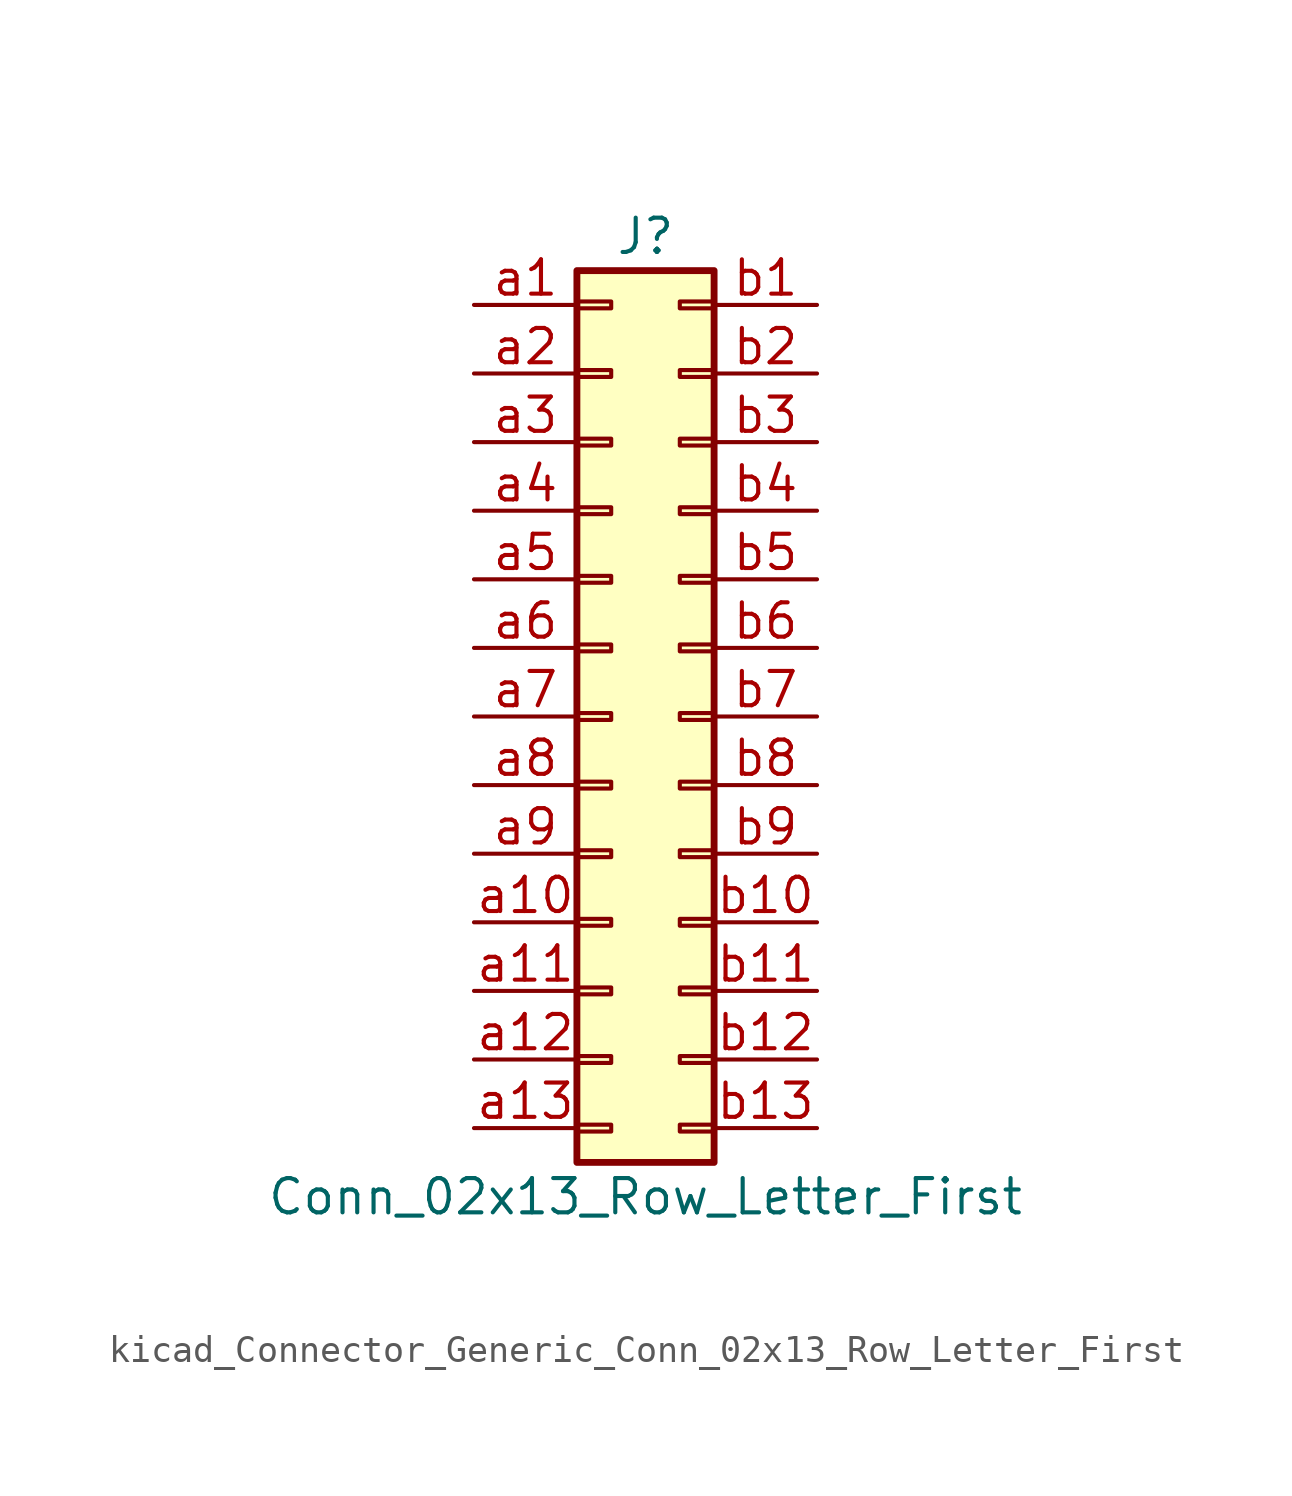
<source format=kicad_sym>
(kicad_symbol_lib
  (version 20220914)
  (generator kicad_symbol_editor)
  (symbol "kicad_Connector_Generic_Conn_02x13_Row_Letter_First"
    (pin_names
      (offset 1.016) hide)
    (property "Reference" "J"
      (at 1.27 17.78 0)
      (effects (font (size 1.27 1.27))))
    (property "Value" "Conn_02x13_Row_Letter_First"
      (at 1.27 -17.78 0)
      (effects (font (size 1.27 1.27))))
    (symbol "kicad_Connector_Generic_Conn_02x13_Row_Letter_First_1_1"
      (rectangle (start -1.27 -15.113) (end 0 -15.367) (stroke (width 0.152) (type default)) (fill (type none)))
      (rectangle (start -1.27 -12.573) (end 0 -12.827) (stroke (width 0.152) (type default)) (fill (type none)))
      (rectangle (start -1.27 -10.033) (end 0 -10.287) (stroke (width 0.152) (type default)) (fill (type none)))
      (rectangle (start -1.27 -7.493) (end 0 -7.747) (stroke (width 0.152) (type default)) (fill (type none)))
      (rectangle (start -1.27 -4.953) (end 0 -5.207) (stroke (width 0.152) (type default)) (fill (type none)))
      (rectangle (start -1.27 -2.413) (end 0 -2.667) (stroke (width 0.152) (type default)) (fill (type none)))
      (rectangle (start -1.27 0.127) (end 0 -0.127) (stroke (width 0.152) (type default)) (fill (type none)))
      (rectangle (start -1.27 2.667) (end 0 2.413) (stroke (width 0.152) (type default)) (fill (type none)))
      (rectangle (start -1.27 5.207) (end 0 4.953) (stroke (width 0.152) (type default)) (fill (type none)))
      (rectangle (start -1.27 7.747) (end 0 7.493) (stroke (width 0.152) (type default)) (fill (type none)))
      (rectangle (start -1.27 10.287) (end 0 10.033) (stroke (width 0.152) (type default)) (fill (type none)))
      (rectangle (start -1.27 12.827) (end 0 12.573) (stroke (width 0.152) (type default)) (fill (type none)))
      (rectangle (start -1.27 15.367) (end 0 15.113) (stroke (width 0.152) (type default)) (fill (type none)))
      (rectangle (start -1.27 16.51) (end 3.81 -16.51) (stroke (width 0.254) (type default)) (fill (type background)))
      (rectangle (start 3.81 -15.113) (end 2.54 -15.367) (stroke (width 0.152) (type default)) (fill (type none)))
      (rectangle (start 3.81 -12.573) (end 2.54 -12.827) (stroke (width 0.152) (type default)) (fill (type none)))
      (rectangle (start 3.81 -10.033) (end 2.54 -10.287) (stroke (width 0.152) (type default)) (fill (type none)))
      (rectangle (start 3.81 -7.493) (end 2.54 -7.747) (stroke (width 0.152) (type default)) (fill (type none)))
      (rectangle (start 3.81 -4.953) (end 2.54 -5.207) (stroke (width 0.152) (type default)) (fill (type none)))
      (rectangle (start 3.81 -2.413) (end 2.54 -2.667) (stroke (width 0.152) (type default)) (fill (type none)))
      (rectangle (start 3.81 0.127) (end 2.54 -0.127) (stroke (width 0.152) (type default)) (fill (type none)))
      (rectangle (start 3.81 2.667) (end 2.54 2.413) (stroke (width 0.152) (type default)) (fill (type none)))
      (rectangle (start 3.81 5.207) (end 2.54 4.953) (stroke (width 0.152) (type default)) (fill (type none)))
      (rectangle (start 3.81 7.747) (end 2.54 7.493) (stroke (width 0.152) (type default)) (fill (type none)))
      (rectangle (start 3.81 10.287) (end 2.54 10.033) (stroke (width 0.152) (type default)) (fill (type none)))
      (rectangle (start 3.81 12.827) (end 2.54 12.573) (stroke (width 0.152) (type default)) (fill (type none)))
      (rectangle (start 3.81 15.367) (end 2.54 15.113) (stroke (width 0.152) (type default)) (fill (type none)))
      (pin passive line (at -5.08 15.24 0) (length 3.81) (name "Pin_a1" (effects (font (size 1.27 1.27)))) (number "a1" (effects (font (size 1.27 1.27)))))
      (pin passive line (at -5.08 -7.62 0) (length 3.81) (name "Pin_a10" (effects (font (size 1.27 1.27)))) (number "a10" (effects (font (size 1.27 1.27)))))
      (pin passive line (at -5.08 -10.16 0) (length 3.81) (name "Pin_a11" (effects (font (size 1.27 1.27)))) (number "a11" (effects (font (size 1.27 1.27)))))
      (pin passive line (at -5.08 -12.7 0) (length 3.81) (name "Pin_a12" (effects (font (size 1.27 1.27)))) (number "a12" (effects (font (size 1.27 1.27)))))
      (pin passive line (at -5.08 -15.24 0) (length 3.81) (name "Pin_a13" (effects (font (size 1.27 1.27)))) (number "a13" (effects (font (size 1.27 1.27)))))
      (pin passive line (at -5.08 12.7 0) (length 3.81) (name "Pin_a2" (effects (font (size 1.27 1.27)))) (number "a2" (effects (font (size 1.27 1.27)))))
      (pin passive line (at -5.08 10.16 0) (length 3.81) (name "Pin_a3" (effects (font (size 1.27 1.27)))) (number "a3" (effects (font (size 1.27 1.27)))))
      (pin passive line (at -5.08 7.62 0) (length 3.81) (name "Pin_a4" (effects (font (size 1.27 1.27)))) (number "a4" (effects (font (size 1.27 1.27)))))
      (pin passive line (at -5.08 5.08 0) (length 3.81) (name "Pin_a5" (effects (font (size 1.27 1.27)))) (number "a5" (effects (font (size 1.27 1.27)))))
      (pin passive line (at -5.08 2.54 0) (length 3.81) (name "Pin_a6" (effects (font (size 1.27 1.27)))) (number "a6" (effects (font (size 1.27 1.27)))))
      (pin passive line (at -5.08 0 0) (length 3.81) (name "Pin_a7" (effects (font (size 1.27 1.27)))) (number "a7" (effects (font (size 1.27 1.27)))))
      (pin passive line (at -5.08 -2.54 0) (length 3.81) (name "Pin_a8" (effects (font (size 1.27 1.27)))) (number "a8" (effects (font (size 1.27 1.27)))))
      (pin passive line (at -5.08 -5.08 0) (length 3.81) (name "Pin_a9" (effects (font (size 1.27 1.27)))) (number "a9" (effects (font (size 1.27 1.27)))))
      (pin passive line (at 7.62 15.24 180) (length 3.81) (name "Pin_b1" (effects (font (size 1.27 1.27)))) (number "b1" (effects (font (size 1.27 1.27)))))
      (pin passive line (at 7.62 -7.62 180) (length 3.81) (name "Pin_b10" (effects (font (size 1.27 1.27)))) (number "b10" (effects (font (size 1.27 1.27)))))
      (pin passive line (at 7.62 -10.16 180) (length 3.81) (name "Pin_b11" (effects (font (size 1.27 1.27)))) (number "b11" (effects (font (size 1.27 1.27)))))
      (pin passive line (at 7.62 -12.7 180) (length 3.81) (name "Pin_b12" (effects (font (size 1.27 1.27)))) (number "b12" (effects (font (size 1.27 1.27)))))
      (pin passive line (at 7.62 -15.24 180) (length 3.81) (name "Pin_b13" (effects (font (size 1.27 1.27)))) (number "b13" (effects (font (size 1.27 1.27)))))
      (pin passive line (at 7.62 12.7 180) (length 3.81) (name "Pin_b2" (effects (font (size 1.27 1.27)))) (number "b2" (effects (font (size 1.27 1.27)))))
      (pin passive line (at 7.62 10.16 180) (length 3.81) (name "Pin_b3" (effects (font (size 1.27 1.27)))) (number "b3" (effects (font (size 1.27 1.27)))))
      (pin passive line (at 7.62 7.62 180) (length 3.81) (name "Pin_b4" (effects (font (size 1.27 1.27)))) (number "b4" (effects (font (size 1.27 1.27)))))
      (pin passive line (at 7.62 5.08 180) (length 3.81) (name "Pin_b5" (effects (font (size 1.27 1.27)))) (number "b5" (effects (font (size 1.27 1.27)))))
      (pin passive line (at 7.62 2.54 180) (length 3.81) (name "Pin_b6" (effects (font (size 1.27 1.27)))) (number "b6" (effects (font (size 1.27 1.27)))))
      (pin passive line (at 7.62 0 180) (length 3.81) (name "Pin_b7" (effects (font (size 1.27 1.27)))) (number "b7" (effects (font (size 1.27 1.27)))))
      (pin passive line (at 7.62 -2.54 180) (length 3.81) (name "Pin_b8" (effects (font (size 1.27 1.27)))) (number "b8" (effects (font (size 1.27 1.27)))))
      (pin passive line (at 7.62 -5.08 180) (length 3.81) (name "Pin_b9" (effects (font (size 1.27 1.27)))) (number "b9" (effects (font (size 1.27 1.27))))))))
</source>
